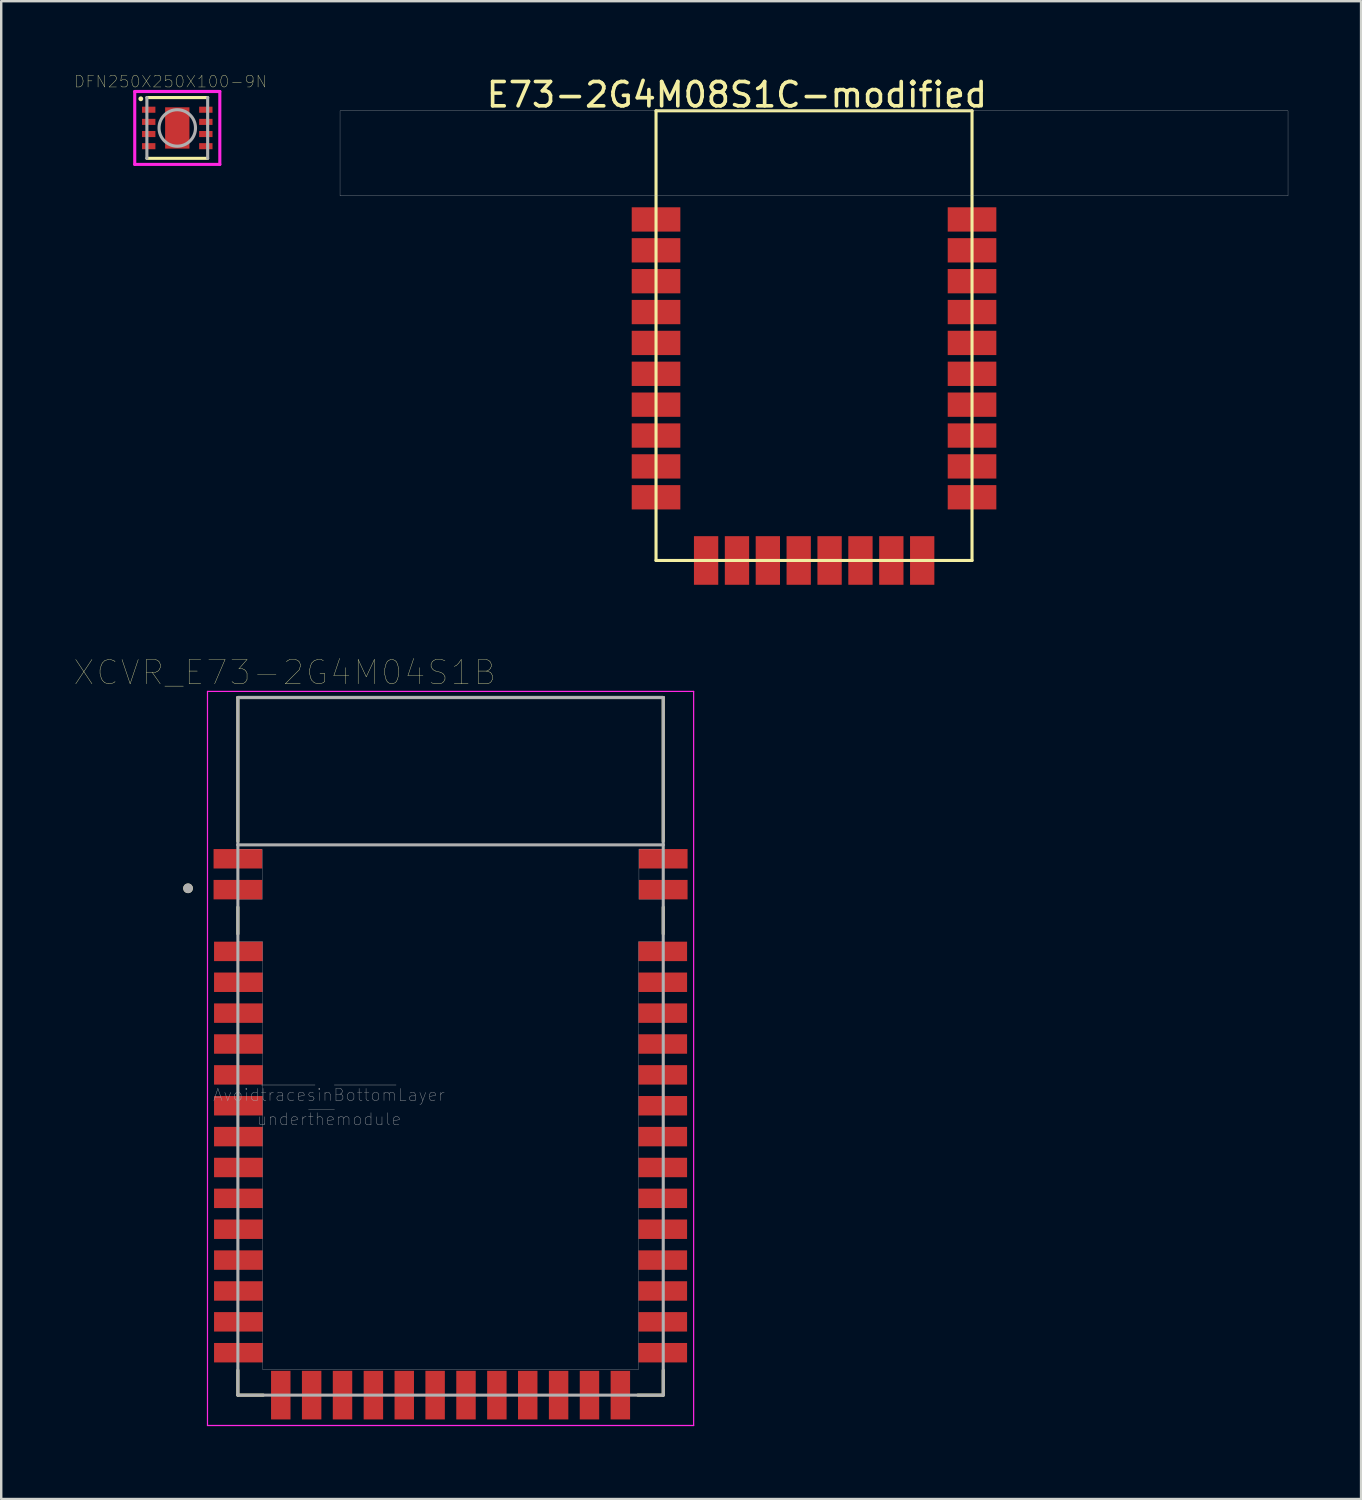
<source format=kicad_pcb>
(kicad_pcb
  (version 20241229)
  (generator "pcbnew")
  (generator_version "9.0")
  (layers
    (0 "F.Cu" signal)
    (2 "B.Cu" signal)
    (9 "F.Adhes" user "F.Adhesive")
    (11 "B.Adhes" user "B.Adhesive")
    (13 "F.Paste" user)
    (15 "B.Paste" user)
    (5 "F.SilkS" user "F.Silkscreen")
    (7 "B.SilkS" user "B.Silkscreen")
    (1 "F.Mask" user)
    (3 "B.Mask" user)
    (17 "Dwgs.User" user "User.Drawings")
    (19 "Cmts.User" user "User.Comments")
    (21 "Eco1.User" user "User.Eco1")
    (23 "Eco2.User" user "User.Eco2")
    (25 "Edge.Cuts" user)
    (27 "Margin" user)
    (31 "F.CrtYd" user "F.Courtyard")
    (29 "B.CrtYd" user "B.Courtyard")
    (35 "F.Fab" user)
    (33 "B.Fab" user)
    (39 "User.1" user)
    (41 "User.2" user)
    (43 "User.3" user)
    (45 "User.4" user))
  (footprint "DFN250X250X100-9N"
    (layer "F.Cu")
    (at 4.243 2.214)
    (property "Reference" "DFN250X250X100-9N" (at -0.276 -1.907 0) (layer "F.SilkS") (effects (font (size 0.48 0.48) (thickness 0.015))))
    (attr through_hole)
    (fp_line (start -1.25 1.25) (end 1.25 1.25) (stroke (width 0.127) (type solid)) (layer "F.SilkS"))
    (fp_line (start 1.25 -1.25) (end -1.25 -1.25) (stroke (width 0.127) (type solid)) (layer "F.SilkS"))
    (fp_circle (center -1.5 -1.2) (end -1.4 -1.2) (stroke (width 0) (type solid)) (fill yes) (layer "F.SilkS"))
    (fp_poly (pts (xy -0.45 -0.8) (xy 0.45 -0.8) (xy 0.45 0.801) (xy -0.45 0.801)) (stroke (width 0.01) (type solid)) (fill yes) (layer "F.Paste"))
    (fp_line (start -1.75 -1.5) (end -1.75 1.5) (stroke (width 0.127) (type solid)) (layer "F.CrtYd"))
    (fp_line (start -1.75 1.5) (end 1.75 1.5) (stroke (width 0.127) (type solid)) (layer "F.CrtYd"))
    (fp_line (start 1.75 -1.5) (end -1.75 -1.5) (stroke (width 0.127) (type solid)) (layer "F.CrtYd"))
    (fp_line (start 1.75 1.5) (end 1.75 -1.5) (stroke (width 0.127) (type solid)) (layer "F.CrtYd"))
    (fp_line (start -1.25 -1.25) (end -1.25 1.25) (stroke (width 0.127) (type solid)) (layer "F.Fab"))
    (fp_line (start 1.25 1.25) (end 1.25 -1.25) (stroke (width 0.127) (type solid)) (layer "F.Fab"))
    (fp_circle (center 0 0) (end 0.75 0) (stroke (width 0.127) (type solid)) (fill no) (layer "F.Fab"))
    (pad "1" smd rect (at -1.175 -0.75) (size 0.55 0.25) (layers "F.Cu" "F.Mask" "F.Paste"))
    (pad "2" smd rect (at -1.175 -0.25) (size 0.55 0.25) (layers "F.Cu" "F.Mask" "F.Paste"))
    (pad "3" smd rect (at -1.175 0.25) (size 0.55 0.25) (layers "F.Cu" "F.Mask" "F.Paste"))
    (pad "4" smd rect (at -1.175 0.75) (size 0.55 0.25) (layers "F.Cu" "F.Mask" "F.Paste"))
    (pad "5" smd rect (at 1.175 0.75) (size 0.55 0.25) (layers "F.Cu" "F.Mask" "F.Paste"))
    (pad "6" smd rect (at 1.175 0.25) (size 0.55 0.25) (layers "F.Cu" "F.Mask" "F.Paste"))
    (pad "7" smd rect (at 1.175 -0.25) (size 0.55 0.25) (layers "F.Cu" "F.Mask" "F.Paste"))
    (pad "8" smd rect (at 1.175 -0.75) (size 0.55 0.25) (layers "F.Cu" "F.Mask" "F.Paste"))
    (pad "9" smd rect (at 0 0) (size 1 1.7) (layers "F.Cu" "F.Mask")))
  (footprint "XCVR_E73-2G4M04S1B"
    (layer "F.Cu")
    (at 15.486 39.995)
    (property "Reference" "XCVR_E73-2G4M04S1B" (at -6.825 -15.375 0) (layer "F.SilkS") (effects (font (size 1 1) (thickness 0.015))))
    (attr through_hole)
    (fp_line (start -8.75 -14.35) (end -8.75 -8.435) (stroke (width 0.127) (type solid)) (layer "F.SilkS"))
    (fp_line (start -8.75 -5.725) (end -8.75 -4.625) (stroke (width 0.127) (type solid)) (layer "F.SilkS"))
    (fp_line (start -8.75 14.35) (end -8.75 13.325) (stroke (width 0.127) (type solid)) (layer "F.SilkS"))
    (fp_line (start -8.75 14.35) (end -7.705 14.35) (stroke (width 0.127) (type solid)) (layer "F.SilkS"))
    (fp_line (start 7.705 14.35) (end 8.75 14.35) (stroke (width 0.127) (type solid)) (layer "F.SilkS"))
    (fp_line (start 8.75 -14.35) (end -8.75 -14.35) (stroke (width 0.127) (type solid)) (layer "F.SilkS"))
    (fp_line (start 8.75 -8.435) (end 8.75 -14.35) (stroke (width 0.127) (type solid)) (layer "F.SilkS"))
    (fp_line (start 8.75 -5.725) (end 8.75 -4.625) (stroke (width 0.127) (type solid)) (layer "F.SilkS"))
    (fp_line (start 8.75 14.35) (end 8.75 13.325) (stroke (width 0.127) (type solid)) (layer "F.SilkS"))
    (fp_circle (center -10.8 -6.5) (end -10.7 -6.5) (stroke (width 0.2) (type solid)) (fill no) (layer "F.SilkS"))
    (fp_poly (pts (xy -8.75 -14.35) (xy 8.75 -14.35) (xy 8.75 14.35) (xy -8.75 14.35)) (stroke (width 0.01) (type solid)) (fill no) (layer "Dwgs.User"))
    (fp_poly (pts (xy -8.75 -14.35) (xy -8.75 -8.1) (xy -7.75 -8.1) (xy -7.75 -6.045) (xy -8.75 -6.045) (xy -8.75 -4.305) (xy -7.73 -4.305) (xy -7.73 13.3) (xy 7.73 13.3) (xy 7.73 -4.305) (xy 8.75 -4.305) (xy 8.75 -6.045) (xy 7.75 -6.045) (xy 7.75 -8.115) (xy 8.75 -8.115) (xy 8.75 -14.35)) (stroke (width 0.01) (type solid)) (fill no) (layer "Dwgs.User"))
    (fp_line (start -10 -14.6) (end -10 15.6) (stroke (width 0.05) (type solid)) (layer "F.CrtYd"))
    (fp_line (start -10 15.6) (end 10 15.6) (stroke (width 0.05) (type solid)) (layer "F.CrtYd"))
    (fp_line (start 10 -14.6) (end -10 -14.6) (stroke (width 0.05) (type solid)) (layer "F.CrtYd"))
    (fp_line (start 10 15.6) (end 10 -14.6) (stroke (width 0.05) (type solid)) (layer "F.CrtYd"))
    (fp_line (start -8.75 -14.35) (end -8.75 -8.288) (stroke (width 0.127) (type solid)) (layer "F.Fab"))
    (fp_line (start -8.75 -8.288) (end -8.75 14.35) (stroke (width 0.127) (type solid)) (layer "F.Fab"))
    (fp_line (start -8.75 -8.288) (end 8.75 -8.288) (stroke (width 0.127) (type solid)) (layer "F.Fab"))
    (fp_line (start -8.75 14.35) (end 8.75 14.35) (stroke (width 0.127) (type solid)) (layer "F.Fab"))
    (fp_line (start 8.75 -14.35) (end -8.75 -14.35) (stroke (width 0.127) (type solid)) (layer "F.Fab"))
    (fp_line (start 8.75 -8.288) (end 8.75 -14.35) (stroke (width 0.127) (type solid)) (layer "F.Fab"))
    (fp_line (start 8.75 14.35) (end 8.75 -8.288) (stroke (width 0.127) (type solid)) (layer "F.Fab"))
    (fp_circle (center -10.8 -6.5) (end -10.7 -6.5) (stroke (width 0.2) (type solid)) (fill no) (layer "F.Fab"))
    (fp_text user "Avoid~{traces}in~{Bottom}Layer" (at -5 2 0) (layer "F.Fab") (effects (font (size 0.5 0.5) (thickness 0.015))))
    (fp_text user "under~{the}module" (at -5 3 0) (layer "F.Fab") (effects (font (size 0.5 0.5) (thickness 0.015))))
    (pad "0" smd rect (at -8.75 -7.715) (size 2 0.8) (layers "F.Cu" "F.Mask" "F.Paste"))
    (pad "1" smd rect (at -8.75 -6.445) (size 2 0.8) (layers "F.Cu" "F.Mask" "F.Paste"))
    (pad "2" smd rect (at -8.73 -3.905) (size 2 0.8) (layers "F.Cu" "F.Mask" "F.Paste"))
    (pad "3" smd rect (at -8.73 -2.635) (size 2 0.8) (layers "F.Cu" "F.Mask" "F.Paste"))
    (pad "4" smd rect (at -8.73 -1.365) (size 2 0.8) (layers "F.Cu" "F.Mask" "F.Paste"))
    (pad "5" smd rect (at -8.73 -0.095) (size 2 0.8) (layers "F.Cu" "F.Mask" "F.Paste"))
    (pad "6" smd rect (at -8.73 1.175) (size 2 0.8) (layers "F.Cu" "F.Mask" "F.Paste"))
    (pad "7" smd rect (at -8.73 2.445) (size 2 0.8) (layers "F.Cu" "F.Mask" "F.Paste"))
    (pad "8" smd rect (at -8.73 3.715) (size 2 0.8) (layers "F.Cu" "F.Mask" "F.Paste"))
    (pad "9" smd rect (at -8.73 4.985) (size 2 0.8) (layers "F.Cu" "F.Mask" "F.Paste"))
    (pad "10" smd rect (at -8.73 6.255) (size 2 0.8) (layers "F.Cu" "F.Mask" "F.Paste"))
    (pad "11" smd rect (at -8.73 7.525) (size 2 0.8) (layers "F.Cu" "F.Mask" "F.Paste"))
    (pad "12" smd rect (at -8.73 8.795) (size 2 0.8) (layers "F.Cu" "F.Mask" "F.Paste"))
    (pad "13" smd rect (at -8.73 10.065) (size 2 0.8) (layers "F.Cu" "F.Mask" "F.Paste"))
    (pad "14" smd rect (at -8.73 11.335) (size 2 0.8) (layers "F.Cu" "F.Mask" "F.Paste"))
    (pad "15" smd rect (at -8.73 12.605) (size 2 0.8) (layers "F.Cu" "F.Mask" "F.Paste"))
    (pad "16" smd rect (at -6.985 14.35) (size 0.8 2) (layers "F.Cu" "F.Mask" "F.Paste"))
    (pad "17" smd rect (at -5.715 14.35) (size 0.8 2) (layers "F.Cu" "F.Mask" "F.Paste"))
    (pad "18" smd rect (at -4.445 14.35) (size 0.8 2) (layers "F.Cu" "F.Mask" "F.Paste"))
    (pad "19" smd rect (at -3.175 14.35) (size 0.8 2) (layers "F.Cu" "F.Mask" "F.Paste"))
    (pad "20" smd rect (at -1.905 14.35) (size 0.8 2) (layers "F.Cu" "F.Mask" "F.Paste"))
    (pad "21" smd rect (at -0.635 14.35) (size 0.8 2) (layers "F.Cu" "F.Mask" "F.Paste"))
    (pad "22" smd rect (at 0.635 14.35) (size 0.8 2) (layers "F.Cu" "F.Mask" "F.Paste"))
    (pad "23" smd rect (at 1.905 14.35) (size 0.8 2) (layers "F.Cu" "F.Mask" "F.Paste"))
    (pad "24" smd rect (at 3.175 14.35) (size 0.8 2) (layers "F.Cu" "F.Mask" "F.Paste"))
    (pad "25" smd rect (at 4.445 14.35) (size 0.8 2) (layers "F.Cu" "F.Mask" "F.Paste"))
    (pad "26" smd rect (at 5.715 14.35) (size 0.8 2) (layers "F.Cu" "F.Mask" "F.Paste"))
    (pad "27" smd rect (at 6.985 14.35) (size 0.8 2) (layers "F.Cu" "F.Mask" "F.Paste"))
    (pad "28" smd rect (at 8.73 12.605) (size 2 0.8) (layers "F.Cu" "F.Mask" "F.Paste"))
    (pad "29" smd rect (at 8.73 11.335) (size 2 0.8) (layers "F.Cu" "F.Mask" "F.Paste"))
    (pad "30" smd rect (at 8.73 10.065) (size 2 0.8) (layers "F.Cu" "F.Mask" "F.Paste"))
    (pad "31" smd rect (at 8.73 8.795) (size 2 0.8) (layers "F.Cu" "F.Mask" "F.Paste"))
    (pad "32" smd rect (at 8.73 7.525) (size 2 0.8) (layers "F.Cu" "F.Mask" "F.Paste"))
    (pad "33" smd rect (at 8.73 6.255) (size 2 0.8) (layers "F.Cu" "F.Mask" "F.Paste"))
    (pad "34" smd rect (at 8.73 4.985) (size 2 0.8) (layers "F.Cu" "F.Mask" "F.Paste"))
    (pad "35" smd rect (at 8.73 3.715) (size 2 0.8) (layers "F.Cu" "F.Mask" "F.Paste"))
    (pad "36" smd rect (at 8.73 2.445) (size 2 0.8) (layers "F.Cu" "F.Mask" "F.Paste"))
    (pad "37" smd rect (at 8.73 1.175) (size 2 0.8) (layers "F.Cu" "F.Mask" "F.Paste"))
    (pad "38" smd rect (at 8.73 -0.095) (size 2 0.8) (layers "F.Cu" "F.Mask" "F.Paste"))
    (pad "39" smd rect (at 8.73 -1.365) (size 2 0.8) (layers "F.Cu" "F.Mask" "F.Paste"))
    (pad "40" smd rect (at 8.73 -2.635) (size 2 0.8) (layers "F.Cu" "F.Mask" "F.Paste"))
    (pad "41" smd rect (at 8.73 -3.905) (size 2 0.8) (layers "F.Cu" "F.Mask" "F.Paste"))
    (pad "42" smd rect (at 8.75 -6.445) (size 2 0.8) (layers "F.Cu" "F.Mask" "F.Paste"))
    (pad "43" smd rect (at 8.75 -7.715) (size 2 0.8) (layers "F.Cu" "F.Mask" "F.Paste")))
  (footprint "E73-2G4M08S1C-modified"
    (layer "F.Cu")
    (at 30.439 11.008)
    (property "Reference" "E73-2G4M08S1C-modified" (at -3.175 -10.16 0) (layer "F.SilkS") (effects (font (size 1 1) (thickness 0.15))))
    (attr through_hole)
    (fp_line (start -6.5 -9.5) (end -6.5 9) (stroke (width 0.127) (type solid)) (layer "F.SilkS"))
    (fp_line (start -6.5 9) (end 6.5 9) (stroke (width 0.127) (type solid)) (layer "F.SilkS"))
    (fp_line (start 6.5 -9.5) (end -6.5 -9.5) (stroke (width 0.127) (type solid)) (layer "F.SilkS"))
    (fp_line (start 6.5 9) (end 6.5 -9.5) (stroke (width 0.127) (type solid)) (layer "F.SilkS"))
    (fp_poly (pts (xy -19.5 -9.5) (xy 19.5 -9.5) (xy 19.5 -6) (xy -19.5 -6)) (stroke (width 0.01) (type solid)) (fill no) (layer "Dwgs.User"))
    (pad "1" smd rect (at -6.5 -5.03) (size 2 1) (layers "F.Cu" "F.Mask" "F.Paste"))
    (pad "2" smd rect (at -6.5 -3.76) (size 2 1) (layers "F.Cu" "F.Mask" "F.Paste"))
    (pad "3" smd rect (at -6.5 -2.49) (size 2 1) (layers "F.Cu" "F.Mask" "F.Paste"))
    (pad "4" smd rect (at -6.5 -1.22) (size 2 1) (layers "F.Cu" "F.Mask" "F.Paste"))
    (pad "5" smd rect (at -6.5 0.05) (size 2 1) (layers "F.Cu" "F.Mask" "F.Paste"))
    (pad "6" smd rect (at -6.5 1.32) (size 2 1) (layers "F.Cu" "F.Mask" "F.Paste"))
    (pad "7" smd rect (at -6.5 2.59) (size 2 1) (layers "F.Cu" "F.Mask" "F.Paste"))
    (pad "8" smd rect (at -6.5 3.86) (size 2 1) (layers "F.Cu" "F.Mask" "F.Paste"))
    (pad "9" smd rect (at -6.5 5.13) (size 2 1) (layers "F.Cu" "F.Mask" "F.Paste"))
    (pad "10" smd rect (at -6.5 6.4) (size 2 1) (layers "F.Cu" "F.Mask" "F.Paste"))
    (pad "11" smd rect (at -4.44 9) (size 1 2) (layers "F.Cu" "F.Mask" "F.Paste"))
    (pad "13" smd rect (at -3.17 9) (size 1 2) (layers "F.Cu" "F.Mask" "F.Paste"))
    (pad "15" smd rect (at -1.9 9) (size 1 2) (layers "F.Cu" "F.Mask" "F.Paste"))
    (pad "17" smd rect (at -0.63 9) (size 1 2) (layers "F.Cu" "F.Mask" "F.Paste"))
    (pad "19" smd rect (at 0.64 9) (size 1 2) (layers "F.Cu" "F.Mask" "F.Paste"))
    (pad "21" smd rect (at 1.91 9) (size 1 2) (layers "F.Cu" "F.Mask" "F.Paste"))
    (pad "23" smd rect (at 3.18 9) (size 1 2) (layers "F.Cu" "F.Mask" "F.Paste"))
    (pad "25" smd rect (at 4.45 9) (size 1 2) (layers "F.Cu" "F.Mask" "F.Paste"))
    (pad "26" smd rect (at 6.5 6.4) (size 2 1) (layers "F.Cu" "F.Mask" "F.Paste"))
    (pad "27" smd rect (at 6.5 5.13) (size 2 1) (layers "F.Cu" "F.Mask" "F.Paste"))
    (pad "29" smd rect (at 6.5 3.86) (size 2 1) (layers "F.Cu" "F.Mask" "F.Paste"))
    (pad "31" smd rect (at 6.5 2.59) (size 2 1) (layers "F.Cu" "F.Mask" "F.Paste"))
    (pad "33" smd rect (at 6.5 1.32) (size 2 1) (layers "F.Cu" "F.Mask" "F.Paste"))
    (pad "35" smd rect (at 6.5 0.05) (size 2 1) (layers "F.Cu" "F.Mask" "F.Paste"))
    (pad "37" smd rect (at 6.5 -1.22) (size 2 1) (layers "F.Cu" "F.Mask" "F.Paste"))
    (pad "39" smd rect (at 6.5 -2.49) (size 2 1) (layers "F.Cu" "F.Mask" "F.Paste"))
    (pad "41" smd rect (at 6.5 -3.76) (size 2 1) (layers "F.Cu" "F.Mask" "F.Paste"))
    (pad "43" smd rect (at 6.5 -5.03) (size 2 1) (layers "F.Cu" "F.Mask" "F.Paste")))
  (gr_rect
    (start -3 -3)
    (end 52.944 58.62)
    (stroke (width 0.1) (type default))
    (fill no)
    (layer "Edge.Cuts")))
</source>
